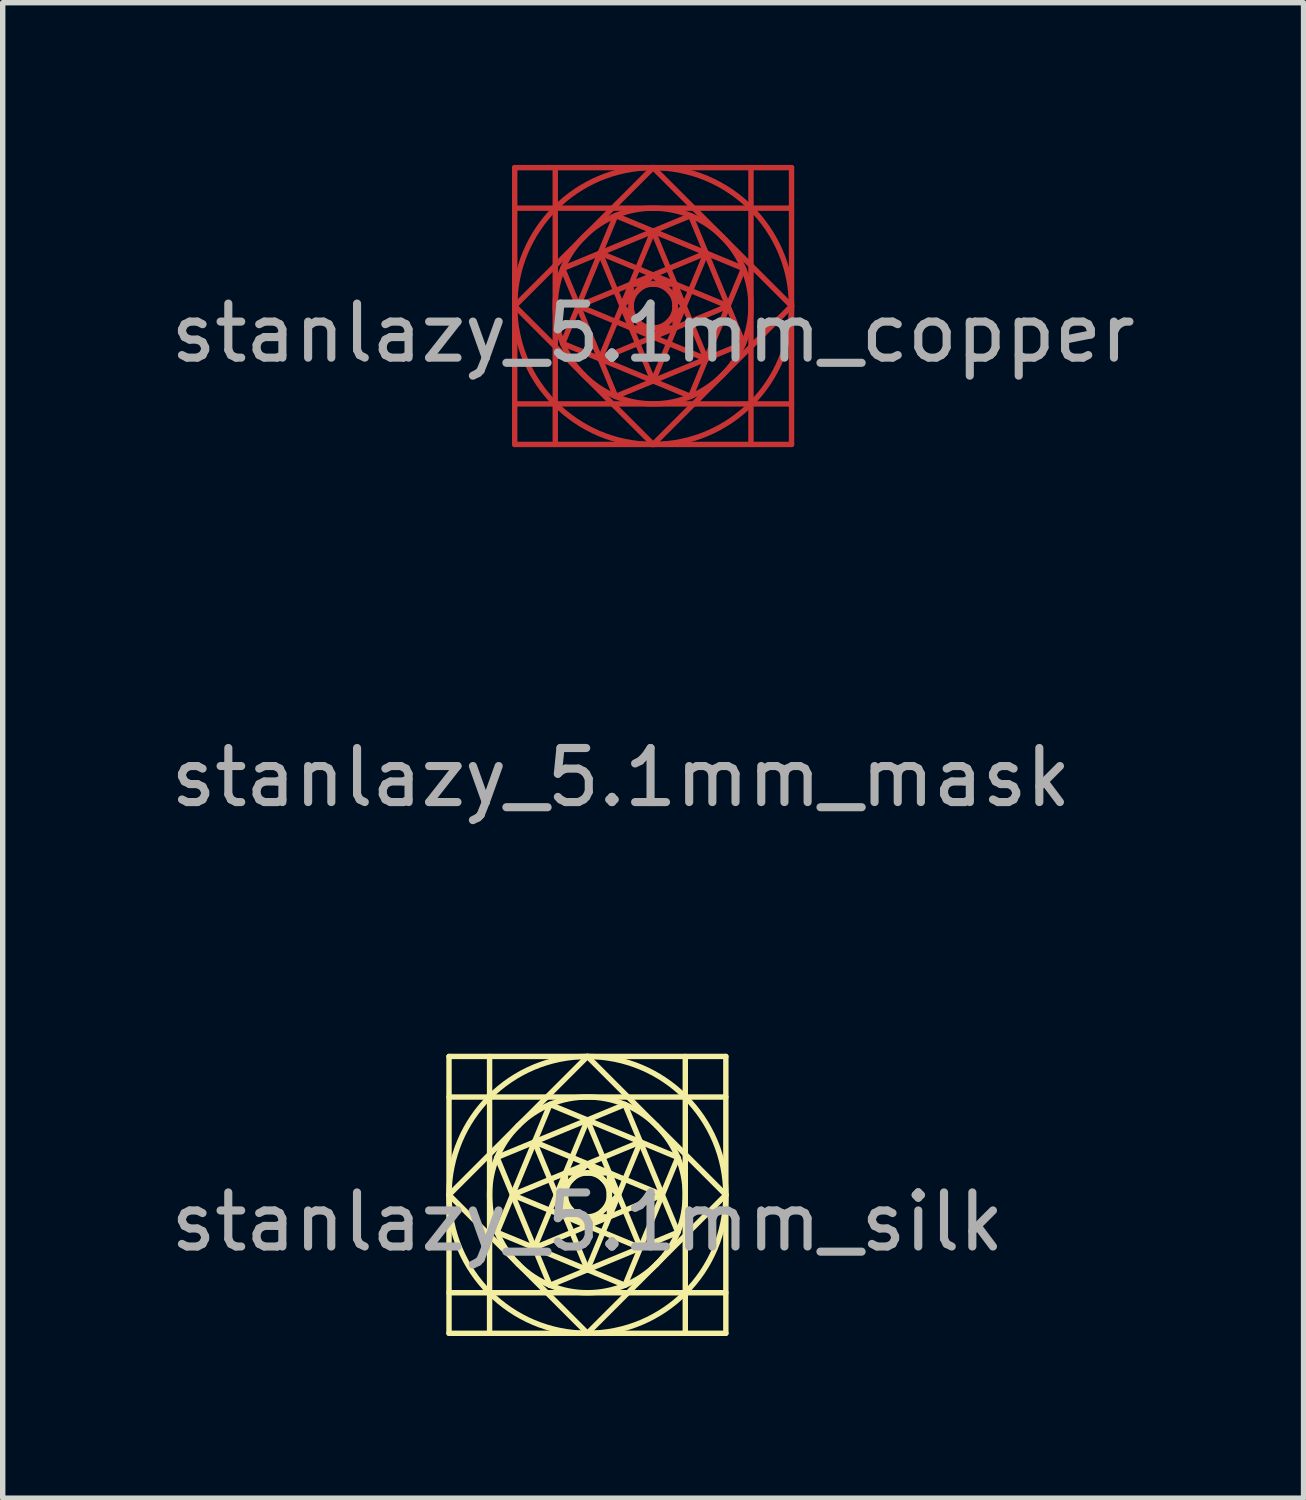
<source format=kicad_pcb>
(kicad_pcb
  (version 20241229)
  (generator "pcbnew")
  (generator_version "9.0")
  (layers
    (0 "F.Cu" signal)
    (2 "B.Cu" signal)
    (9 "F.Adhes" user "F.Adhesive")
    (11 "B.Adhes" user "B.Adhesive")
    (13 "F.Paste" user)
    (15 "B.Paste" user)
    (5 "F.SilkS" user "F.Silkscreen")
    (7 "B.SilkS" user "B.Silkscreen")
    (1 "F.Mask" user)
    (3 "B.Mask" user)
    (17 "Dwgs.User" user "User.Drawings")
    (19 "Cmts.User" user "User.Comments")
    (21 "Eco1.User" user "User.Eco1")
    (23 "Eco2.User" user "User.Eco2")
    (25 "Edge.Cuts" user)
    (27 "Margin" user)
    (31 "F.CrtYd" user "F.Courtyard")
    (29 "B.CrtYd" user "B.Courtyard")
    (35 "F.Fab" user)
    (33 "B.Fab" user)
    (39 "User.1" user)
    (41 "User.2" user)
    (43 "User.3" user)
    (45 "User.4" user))
  (footprint "stanlazy_5.1mm_mask"
    (layer "F.Cu")
    (at 8.435 10.83)
    (property "Reference" "stanlazy_5.1mm_mask" (at 0 0.5 0) (layer "F.Fab") (effects (font (size 1 1) (thickness 0.15))))
    (attr board_only exclude_from_pos_files exclude_from_bom)
    (fp_line (start -2.56 0) (end 0 -2.56) (stroke (width 0.1) (type solid)) (layer "F.Mask"))
    (fp_line (start -2.56 -2.56) (end 2.56 -2.56) (stroke (width 0.1) (type solid)) (layer "F.Mask"))
    (fp_line (start -2.56 -1.81) (end -1.81 -1.81) (stroke (width 0.1) (type solid)) (layer "F.Mask"))
    (fp_line (start -2.56 1.81) (end -1.81 1.81) (stroke (width 0.1) (type solid)) (layer "F.Mask"))
    (fp_line (start -2.56 2.56) (end -2.56 -2.56) (stroke (width 0.1) (type solid)) (layer "F.Mask"))
    (fp_line (start -1.81 -2.56) (end -1.81 -1.81) (stroke (width 0.1) (type solid)) (layer "F.Mask"))
    (fp_line (start -1.81 -1.81) (end 1.81 -1.81) (stroke (width 0.1) (type solid)) (layer "F.Mask"))
    (fp_line (start -1.81 1.81) (end -1.81 -1.81) (stroke (width 0.1) (type solid)) (layer "F.Mask"))
    (fp_line (start -1.81 2.56) (end -1.81 1.81) (stroke (width 0.1) (type solid)) (layer "F.Mask"))
    (fp_line (start -1.672 -0.693) (end 0.693 -1.672) (stroke (width 0.1) (type solid)) (layer "F.Mask"))
    (fp_line (start -1.672 0.693) (end -0.693 -1.672) (stroke (width 0.1) (type solid)) (layer "F.Mask"))
    (fp_line (start -1.385 0) (end 0.98 -0.98) (stroke (width 0.1) (type solid)) (layer "F.Mask"))
    (fp_line (start -0.98 -0.98) (end 0 1.385) (stroke (width 0.1) (type solid)) (layer "F.Mask"))
    (fp_line (start -0.98 -0.98) (end 1.385 0) (stroke (width 0.1) (type solid)) (layer "F.Mask"))
    (fp_line (start -0.98 0.98) (end 0 -1.385) (stroke (width 0.1) (type solid)) (layer "F.Mask"))
    (fp_line (start -0.693 -1.672) (end 1.672 -0.693) (stroke (width 0.1) (type solid)) (layer "F.Mask"))
    (fp_line (start -0.693 1.672) (end -1.672 -0.693) (stroke (width 0.1) (type solid)) (layer "F.Mask"))
    (fp_line (start -0.574 0) (end -0.000001 -0.574) (stroke (width 0.1) (type solid)) (layer "F.Mask"))
    (fp_line (start -0.406 -0.406) (end 0.406 -0.406) (stroke (width 0.1) (type solid)) (layer "F.Mask"))
    (fp_line (start -0.406 0.406) (end -0.406 -0.406) (stroke (width 0.1) (type solid)) (layer "F.Mask"))
    (fp_line (start -0.000001 -0.574) (end 0.574 0.000001) (stroke (width 0.1) (type solid)) (layer "F.Mask"))
    (fp_line (start -0.000001 0.574) (end -0.574 0) (stroke (width 0.1) (type solid)) (layer "F.Mask"))
    (fp_line (start -0.000001 2.56) (end -2.56 0) (stroke (width 0.1) (type solid)) (layer "F.Mask"))
    (fp_line (start 0 -2.56) (end 2.56 0) (stroke (width 0.1) (type solid)) (layer "F.Mask"))
    (fp_line (start 0 -1.385) (end 0.98 0.98) (stroke (width 0.1) (type solid)) (layer "F.Mask"))
    (fp_line (start 0.406 -0.406) (end 0.406 0.406) (stroke (width 0.1) (type solid)) (layer "F.Mask"))
    (fp_line (start 0.406 0.406) (end -0.406 0.406) (stroke (width 0.1) (type solid)) (layer "F.Mask"))
    (fp_line (start 0.574 0.000001) (end -0.000001 0.574) (stroke (width 0.1) (type solid)) (layer "F.Mask"))
    (fp_line (start 0.693 -1.672) (end 1.672 0.693) (stroke (width 0.1) (type solid)) (layer "F.Mask"))
    (fp_line (start 0.693 1.672) (end -1.672 0.693) (stroke (width 0.1) (type solid)) (layer "F.Mask"))
    (fp_line (start 0.98 -0.98) (end 0 1.385) (stroke (width 0.1) (type solid)) (layer "F.Mask"))
    (fp_line (start 0.98 0.98) (end -1.385 0) (stroke (width 0.1) (type solid)) (layer "F.Mask"))
    (fp_line (start 1.385 0) (end -0.98 0.98) (stroke (width 0.1) (type solid)) (layer "F.Mask"))
    (fp_line (start 1.672 -0.693) (end 0.693 1.672) (stroke (width 0.1) (type solid)) (layer "F.Mask"))
    (fp_line (start 1.672 0.693) (end -0.693 1.672) (stroke (width 0.1) (type solid)) (layer "F.Mask"))
    (fp_line (start 1.81 -1.81) (end 1.81 -2.56) (stroke (width 0.1) (type solid)) (layer "F.Mask"))
    (fp_line (start 1.81 -1.81) (end 1.81 1.81) (stroke (width 0.1) (type solid)) (layer "F.Mask"))
    (fp_line (start 1.81 1.81) (end -1.81 1.81) (stroke (width 0.1) (type solid)) (layer "F.Mask"))
    (fp_line (start 1.81 2.56) (end 1.81 1.81) (stroke (width 0.1) (type solid)) (layer "F.Mask"))
    (fp_line (start 2.56 -2.56) (end 2.56 2.56) (stroke (width 0.1) (type solid)) (layer "F.Mask"))
    (fp_line (start 2.56 -1.81) (end 1.81 -1.81) (stroke (width 0.1) (type solid)) (layer "F.Mask"))
    (fp_line (start 2.56 0) (end -0.000001 2.56) (stroke (width 0.1) (type solid)) (layer "F.Mask"))
    (fp_line (start 2.56 1.81) (end 1.81 1.81) (stroke (width 0.1) (type solid)) (layer "F.Mask"))
    (fp_line (start 2.56 2.56) (end -2.56 2.56) (stroke (width 0.1) (type solid)) (layer "F.Mask"))
    (fp_curve (pts (xy -2.56 0) (xy -2.56 -1.414) (xy -1.414 -2.56) (xy 0 -2.56)) (stroke (width 0.1) (type solid)) (layer "F.Mask"))
    (fp_curve (pts (xy -1.28 -1.28) (xy -0.573 -1.987) (xy 0.573 -1.987) (xy 1.28 -1.28)) (stroke (width 0.1) (type solid)) (layer "F.Mask"))
    (fp_curve (pts (xy -1.28 1.28) (xy -1.987 0.573) (xy -1.987 -0.573) (xy -1.28 -1.28)) (stroke (width 0.1) (type solid)) (layer "F.Mask"))
    (fp_curve (pts (xy -0.406 0.000001) (xy -0.406 -0.224) (xy -0.224 -0.406) (xy -0.000001 -0.406)) (stroke (width 0.1) (type solid)) (layer "F.Mask"))
    (fp_curve (pts (xy -0.000001 -0.406) (xy 0.224 -0.406) (xy 0.406 -0.224) (xy 0.406 0.000001)) (stroke (width 0.1) (type solid)) (layer "F.Mask"))
    (fp_curve (pts (xy -0.000001 0.406) (xy -0.224 0.406) (xy -0.406 0.224) (xy -0.406 0.000001)) (stroke (width 0.1) (type solid)) (layer "F.Mask"))
    (fp_curve (pts (xy 0 -2.56) (xy 1.414 -2.56) (xy 2.56 -1.414) (xy 2.56 0)) (stroke (width 0.1) (type solid)) (layer "F.Mask"))
    (fp_curve (pts (xy 0 2.56) (xy -1.414 2.56) (xy -2.56 1.414) (xy -2.56 0)) (stroke (width 0.1) (type solid)) (layer "F.Mask"))
    (fp_curve (pts (xy 0.406 0.000001) (xy 0.406 0.224) (xy 0.224 0.406) (xy -0.000001 0.406)) (stroke (width 0.1) (type solid)) (layer "F.Mask"))
    (fp_curve (pts (xy 1.28 -1.28) (xy 1.987 -0.573) (xy 1.987 0.573) (xy 1.28 1.28)) (stroke (width 0.1) (type solid)) (layer "F.Mask"))
    (fp_curve (pts (xy 1.28 1.28) (xy 0.573 1.987) (xy -0.573 1.987) (xy -1.28 1.28)) (stroke (width 0.1) (type solid)) (layer "F.Mask"))
    (fp_curve (pts (xy 2.56 0) (xy 2.56 1.414) (xy 1.414 2.56) (xy 0 2.56)) (stroke (width 0.1) (type solid)) (layer "F.Mask")))
  (footprint "stanlazy_5.1mm_silk"
    (layer "F.Cu")
    (at 7.815 19.05)
    (property "Reference" "stanlazy_5.1mm_silk" (at 0 0.5 0) (layer "F.Fab") (effects (font (size 1 1) (thickness 0.15))))
    (attr board_only exclude_from_pos_files exclude_from_bom)
    (fp_line (start -2.56 0) (end 0 -2.56) (stroke (width 0.1) (type solid)) (layer "F.SilkS"))
    (fp_line (start -2.56 -2.56) (end 2.56 -2.56) (stroke (width 0.1) (type solid)) (layer "F.SilkS"))
    (fp_line (start -2.56 -1.81) (end -1.81 -1.81) (stroke (width 0.1) (type solid)) (layer "F.SilkS"))
    (fp_line (start -2.56 1.81) (end -1.81 1.81) (stroke (width 0.1) (type solid)) (layer "F.SilkS"))
    (fp_line (start -2.56 2.56) (end -2.56 -2.56) (stroke (width 0.1) (type solid)) (layer "F.SilkS"))
    (fp_line (start -1.81 -2.56) (end -1.81 -1.81) (stroke (width 0.1) (type solid)) (layer "F.SilkS"))
    (fp_line (start -1.81 -1.81) (end 1.81 -1.81) (stroke (width 0.1) (type solid)) (layer "F.SilkS"))
    (fp_line (start -1.81 1.81) (end -1.81 -1.81) (stroke (width 0.1) (type solid)) (layer "F.SilkS"))
    (fp_line (start -1.81 2.56) (end -1.81 1.81) (stroke (width 0.1) (type solid)) (layer "F.SilkS"))
    (fp_line (start -1.672 -0.693) (end 0.693 -1.672) (stroke (width 0.1) (type solid)) (layer "F.SilkS"))
    (fp_line (start -1.672 0.693) (end -0.693 -1.672) (stroke (width 0.1) (type solid)) (layer "F.SilkS"))
    (fp_line (start -1.385 0) (end 0.98 -0.98) (stroke (width 0.1) (type solid)) (layer "F.SilkS"))
    (fp_line (start -0.98 -0.98) (end 0 1.385) (stroke (width 0.1) (type solid)) (layer "F.SilkS"))
    (fp_line (start -0.98 -0.98) (end 1.385 0) (stroke (width 0.1) (type solid)) (layer "F.SilkS"))
    (fp_line (start -0.98 0.98) (end 0 -1.385) (stroke (width 0.1) (type solid)) (layer "F.SilkS"))
    (fp_line (start -0.693 -1.672) (end 1.672 -0.693) (stroke (width 0.1) (type solid)) (layer "F.SilkS"))
    (fp_line (start -0.693 1.672) (end -1.672 -0.693) (stroke (width 0.1) (type solid)) (layer "F.SilkS"))
    (fp_line (start -0.574 0) (end -0.000001 -0.574) (stroke (width 0.1) (type solid)) (layer "F.SilkS"))
    (fp_line (start -0.406 -0.406) (end 0.406 -0.406) (stroke (width 0.1) (type solid)) (layer "F.SilkS"))
    (fp_line (start -0.406 0.406) (end -0.406 -0.406) (stroke (width 0.1) (type solid)) (layer "F.SilkS"))
    (fp_line (start -0.000001 -0.574) (end 0.574 0.000001) (stroke (width 0.1) (type solid)) (layer "F.SilkS"))
    (fp_line (start -0.000001 0.574) (end -0.574 0) (stroke (width 0.1) (type solid)) (layer "F.SilkS"))
    (fp_line (start -0.000001 2.56) (end -2.56 0) (stroke (width 0.1) (type solid)) (layer "F.SilkS"))
    (fp_line (start 0 -2.56) (end 2.56 0) (stroke (width 0.1) (type solid)) (layer "F.SilkS"))
    (fp_line (start 0 -1.385) (end 0.98 0.98) (stroke (width 0.1) (type solid)) (layer "F.SilkS"))
    (fp_line (start 0.406 -0.406) (end 0.406 0.406) (stroke (width 0.1) (type solid)) (layer "F.SilkS"))
    (fp_line (start 0.406 0.406) (end -0.406 0.406) (stroke (width 0.1) (type solid)) (layer "F.SilkS"))
    (fp_line (start 0.574 0.000001) (end -0.000001 0.574) (stroke (width 0.1) (type solid)) (layer "F.SilkS"))
    (fp_line (start 0.693 -1.672) (end 1.672 0.693) (stroke (width 0.1) (type solid)) (layer "F.SilkS"))
    (fp_line (start 0.693 1.672) (end -1.672 0.693) (stroke (width 0.1) (type solid)) (layer "F.SilkS"))
    (fp_line (start 0.98 -0.98) (end 0 1.385) (stroke (width 0.1) (type solid)) (layer "F.SilkS"))
    (fp_line (start 0.98 0.98) (end -1.385 0) (stroke (width 0.1) (type solid)) (layer "F.SilkS"))
    (fp_line (start 1.385 0) (end -0.98 0.98) (stroke (width 0.1) (type solid)) (layer "F.SilkS"))
    (fp_line (start 1.672 -0.693) (end 0.693 1.672) (stroke (width 0.1) (type solid)) (layer "F.SilkS"))
    (fp_line (start 1.672 0.693) (end -0.693 1.672) (stroke (width 0.1) (type solid)) (layer "F.SilkS"))
    (fp_line (start 1.81 -1.81) (end 1.81 -2.56) (stroke (width 0.1) (type solid)) (layer "F.SilkS"))
    (fp_line (start 1.81 -1.81) (end 1.81 1.81) (stroke (width 0.1) (type solid)) (layer "F.SilkS"))
    (fp_line (start 1.81 1.81) (end -1.81 1.81) (stroke (width 0.1) (type solid)) (layer "F.SilkS"))
    (fp_line (start 1.81 2.56) (end 1.81 1.81) (stroke (width 0.1) (type solid)) (layer "F.SilkS"))
    (fp_line (start 2.56 -2.56) (end 2.56 2.56) (stroke (width 0.1) (type solid)) (layer "F.SilkS"))
    (fp_line (start 2.56 -1.81) (end 1.81 -1.81) (stroke (width 0.1) (type solid)) (layer "F.SilkS"))
    (fp_line (start 2.56 0) (end -0.000001 2.56) (stroke (width 0.1) (type solid)) (layer "F.SilkS"))
    (fp_line (start 2.56 1.81) (end 1.81 1.81) (stroke (width 0.1) (type solid)) (layer "F.SilkS"))
    (fp_line (start 2.56 2.56) (end -2.56 2.56) (stroke (width 0.1) (type solid)) (layer "F.SilkS"))
    (fp_curve (pts (xy -2.56 0) (xy -2.56 -1.414) (xy -1.414 -2.56) (xy 0 -2.56)) (stroke (width 0.1) (type solid)) (layer "F.SilkS"))
    (fp_curve (pts (xy -1.28 -1.28) (xy -0.573 -1.987) (xy 0.573 -1.987) (xy 1.28 -1.28)) (stroke (width 0.1) (type solid)) (layer "F.SilkS"))
    (fp_curve (pts (xy -1.28 1.28) (xy -1.987 0.573) (xy -1.987 -0.573) (xy -1.28 -1.28)) (stroke (width 0.1) (type solid)) (layer "F.SilkS"))
    (fp_curve (pts (xy -0.406 0.000001) (xy -0.406 -0.224) (xy -0.224 -0.406) (xy -0.000001 -0.406)) (stroke (width 0.1) (type solid)) (layer "F.SilkS"))
    (fp_curve (pts (xy -0.000001 -0.406) (xy 0.224 -0.406) (xy 0.406 -0.224) (xy 0.406 0.000001)) (stroke (width 0.1) (type solid)) (layer "F.SilkS"))
    (fp_curve (pts (xy -0.000001 0.406) (xy -0.224 0.406) (xy -0.406 0.224) (xy -0.406 0.000001)) (stroke (width 0.1) (type solid)) (layer "F.SilkS"))
    (fp_curve (pts (xy 0 -2.56) (xy 1.414 -2.56) (xy 2.56 -1.414) (xy 2.56 0)) (stroke (width 0.1) (type solid)) (layer "F.SilkS"))
    (fp_curve (pts (xy 0 2.56) (xy -1.414 2.56) (xy -2.56 1.414) (xy -2.56 0)) (stroke (width 0.1) (type solid)) (layer "F.SilkS"))
    (fp_curve (pts (xy 0.406 0.000001) (xy 0.406 0.224) (xy 0.224 0.406) (xy -0.000001 0.406)) (stroke (width 0.1) (type solid)) (layer "F.SilkS"))
    (fp_curve (pts (xy 1.28 -1.28) (xy 1.987 -0.573) (xy 1.987 0.573) (xy 1.28 1.28)) (stroke (width 0.1) (type solid)) (layer "F.SilkS"))
    (fp_curve (pts (xy 1.28 1.28) (xy 0.573 1.987) (xy -0.573 1.987) (xy -1.28 1.28)) (stroke (width 0.1) (type solid)) (layer "F.SilkS"))
    (fp_curve (pts (xy 2.56 0) (xy 2.56 1.414) (xy 1.414 2.56) (xy 0 2.56)) (stroke (width 0.1) (type solid)) (layer "F.SilkS")))
  (footprint "stanlazy_5.1mm_copper"
    (layer "F.Cu")
    (at 9.03 2.61)
    (property "Reference" "stanlazy_5.1mm_copper" (at 0 0.5 0) (layer "F.Fab") (effects (font (size 1 1) (thickness 0.15))))
    (attr board_only exclude_from_pos_files exclude_from_bom)
    (fp_line (start -2.56 0) (end 0 -2.56) (stroke (width 0.1) (type solid)) (layer "F.Cu"))
    (fp_line (start -2.56 -2.56) (end 2.56 -2.56) (stroke (width 0.1) (type solid)) (layer "F.Cu"))
    (fp_line (start -2.56 -1.81) (end -1.81 -1.81) (stroke (width 0.1) (type solid)) (layer "F.Cu"))
    (fp_line (start -2.56 1.81) (end -1.81 1.81) (stroke (width 0.1) (type solid)) (layer "F.Cu"))
    (fp_line (start -2.56 2.56) (end -2.56 -2.56) (stroke (width 0.1) (type solid)) (layer "F.Cu"))
    (fp_line (start -1.81 -2.56) (end -1.81 -1.81) (stroke (width 0.1) (type solid)) (layer "F.Cu"))
    (fp_line (start -1.81 -1.81) (end 1.81 -1.81) (stroke (width 0.1) (type solid)) (layer "F.Cu"))
    (fp_line (start -1.81 1.81) (end -1.81 -1.81) (stroke (width 0.1) (type solid)) (layer "F.Cu"))
    (fp_line (start -1.81 2.56) (end -1.81 1.81) (stroke (width 0.1) (type solid)) (layer "F.Cu"))
    (fp_line (start -1.672 -0.693) (end 0.693 -1.672) (stroke (width 0.1) (type solid)) (layer "F.Cu"))
    (fp_line (start -1.672 0.693) (end -0.693 -1.672) (stroke (width 0.1) (type solid)) (layer "F.Cu"))
    (fp_line (start -1.385 0) (end 0.98 -0.98) (stroke (width 0.1) (type solid)) (layer "F.Cu"))
    (fp_line (start -0.98 -0.98) (end 0 1.385) (stroke (width 0.1) (type solid)) (layer "F.Cu"))
    (fp_line (start -0.98 -0.98) (end 1.385 0) (stroke (width 0.1) (type solid)) (layer "F.Cu"))
    (fp_line (start -0.98 0.98) (end 0 -1.385) (stroke (width 0.1) (type solid)) (layer "F.Cu"))
    (fp_line (start -0.693 -1.672) (end 1.672 -0.693) (stroke (width 0.1) (type solid)) (layer "F.Cu"))
    (fp_line (start -0.693 1.672) (end -1.672 -0.693) (stroke (width 0.1) (type solid)) (layer "F.Cu"))
    (fp_line (start -0.574 0) (end -0.000001 -0.574) (stroke (width 0.1) (type solid)) (layer "F.Cu"))
    (fp_line (start -0.406 -0.406) (end 0.406 -0.406) (stroke (width 0.1) (type solid)) (layer "F.Cu"))
    (fp_line (start -0.406 0.406) (end -0.406 -0.406) (stroke (width 0.1) (type solid)) (layer "F.Cu"))
    (fp_line (start -0.000001 -0.574) (end 0.574 0.000001) (stroke (width 0.1) (type solid)) (layer "F.Cu"))
    (fp_line (start -0.000001 0.574) (end -0.574 0) (stroke (width 0.1) (type solid)) (layer "F.Cu"))
    (fp_line (start -0.000001 2.56) (end -2.56 0) (stroke (width 0.1) (type solid)) (layer "F.Cu"))
    (fp_line (start 0 -2.56) (end 2.56 0) (stroke (width 0.1) (type solid)) (layer "F.Cu"))
    (fp_line (start 0 -1.385) (end 0.98 0.98) (stroke (width 0.1) (type solid)) (layer "F.Cu"))
    (fp_line (start 0.406 -0.406) (end 0.406 0.406) (stroke (width 0.1) (type solid)) (layer "F.Cu"))
    (fp_line (start 0.406 0.406) (end -0.406 0.406) (stroke (width 0.1) (type solid)) (layer "F.Cu"))
    (fp_line (start 0.574 0.000001) (end -0.000001 0.574) (stroke (width 0.1) (type solid)) (layer "F.Cu"))
    (fp_line (start 0.693 -1.672) (end 1.672 0.693) (stroke (width 0.1) (type solid)) (layer "F.Cu"))
    (fp_line (start 0.693 1.672) (end -1.672 0.693) (stroke (width 0.1) (type solid)) (layer "F.Cu"))
    (fp_line (start 0.98 -0.98) (end 0 1.385) (stroke (width 0.1) (type solid)) (layer "F.Cu"))
    (fp_line (start 0.98 0.98) (end -1.385 0) (stroke (width 0.1) (type solid)) (layer "F.Cu"))
    (fp_line (start 1.385 0) (end -0.98 0.98) (stroke (width 0.1) (type solid)) (layer "F.Cu"))
    (fp_line (start 1.672 -0.693) (end 0.693 1.672) (stroke (width 0.1) (type solid)) (layer "F.Cu"))
    (fp_line (start 1.672 0.693) (end -0.693 1.672) (stroke (width 0.1) (type solid)) (layer "F.Cu"))
    (fp_line (start 1.81 -1.81) (end 1.81 -2.56) (stroke (width 0.1) (type solid)) (layer "F.Cu"))
    (fp_line (start 1.81 -1.81) (end 1.81 1.81) (stroke (width 0.1) (type solid)) (layer "F.Cu"))
    (fp_line (start 1.81 1.81) (end -1.81 1.81) (stroke (width 0.1) (type solid)) (layer "F.Cu"))
    (fp_line (start 1.81 2.56) (end 1.81 1.81) (stroke (width 0.1) (type solid)) (layer "F.Cu"))
    (fp_line (start 2.56 -2.56) (end 2.56 2.56) (stroke (width 0.1) (type solid)) (layer "F.Cu"))
    (fp_line (start 2.56 -1.81) (end 1.81 -1.81) (stroke (width 0.1) (type solid)) (layer "F.Cu"))
    (fp_line (start 2.56 0) (end -0.000001 2.56) (stroke (width 0.1) (type solid)) (layer "F.Cu"))
    (fp_line (start 2.56 1.81) (end 1.81 1.81) (stroke (width 0.1) (type solid)) (layer "F.Cu"))
    (fp_line (start 2.56 2.56) (end -2.56 2.56) (stroke (width 0.1) (type solid)) (layer "F.Cu"))
    (fp_curve (pts (xy -2.56 0) (xy -2.56 -1.414) (xy -1.414 -2.56) (xy 0 -2.56)) (stroke (width 0.1) (type solid)) (layer "F.Cu"))
    (fp_curve (pts (xy -1.28 -1.28) (xy -0.573 -1.987) (xy 0.573 -1.987) (xy 1.28 -1.28)) (stroke (width 0.1) (type solid)) (layer "F.Cu"))
    (fp_curve (pts (xy -1.28 1.28) (xy -1.987 0.573) (xy -1.987 -0.573) (xy -1.28 -1.28)) (stroke (width 0.1) (type solid)) (layer "F.Cu"))
    (fp_curve (pts (xy -0.406 0.000001) (xy -0.406 -0.224) (xy -0.224 -0.406) (xy -0.000001 -0.406)) (stroke (width 0.1) (type solid)) (layer "F.Cu"))
    (fp_curve (pts (xy -0.000001 -0.406) (xy 0.224 -0.406) (xy 0.406 -0.224) (xy 0.406 0.000001)) (stroke (width 0.1) (type solid)) (layer "F.Cu"))
    (fp_curve (pts (xy -0.000001 0.406) (xy -0.224 0.406) (xy -0.406 0.224) (xy -0.406 0.000001)) (stroke (width 0.1) (type solid)) (layer "F.Cu"))
    (fp_curve (pts (xy 0 -2.56) (xy 1.414 -2.56) (xy 2.56 -1.414) (xy 2.56 0)) (stroke (width 0.1) (type solid)) (layer "F.Cu"))
    (fp_curve (pts (xy 0 2.56) (xy -1.414 2.56) (xy -2.56 1.414) (xy -2.56 0)) (stroke (width 0.1) (type solid)) (layer "F.Cu"))
    (fp_curve (pts (xy 0.406 0.000001) (xy 0.406 0.224) (xy 0.224 0.406) (xy -0.000001 0.406)) (stroke (width 0.1) (type solid)) (layer "F.Cu"))
    (fp_curve (pts (xy 1.28 -1.28) (xy 1.987 -0.573) (xy 1.987 0.573) (xy 1.28 1.28)) (stroke (width 0.1) (type solid)) (layer "F.Cu"))
    (fp_curve (pts (xy 1.28 1.28) (xy 0.573 1.987) (xy -0.573 1.987) (xy -1.28 1.28)) (stroke (width 0.1) (type solid)) (layer "F.Cu"))
    (fp_curve (pts (xy 2.56 0) (xy 2.56 1.414) (xy 1.414 2.56) (xy 0 2.56)) (stroke (width 0.1) (type solid)) (layer "F.Cu")))
  (gr_rect
    (start -3 -3)
    (end 21.06 24.66)
    (stroke (width 0.1) (type default))
    (fill no)
    (layer "Edge.Cuts")))
</source>
